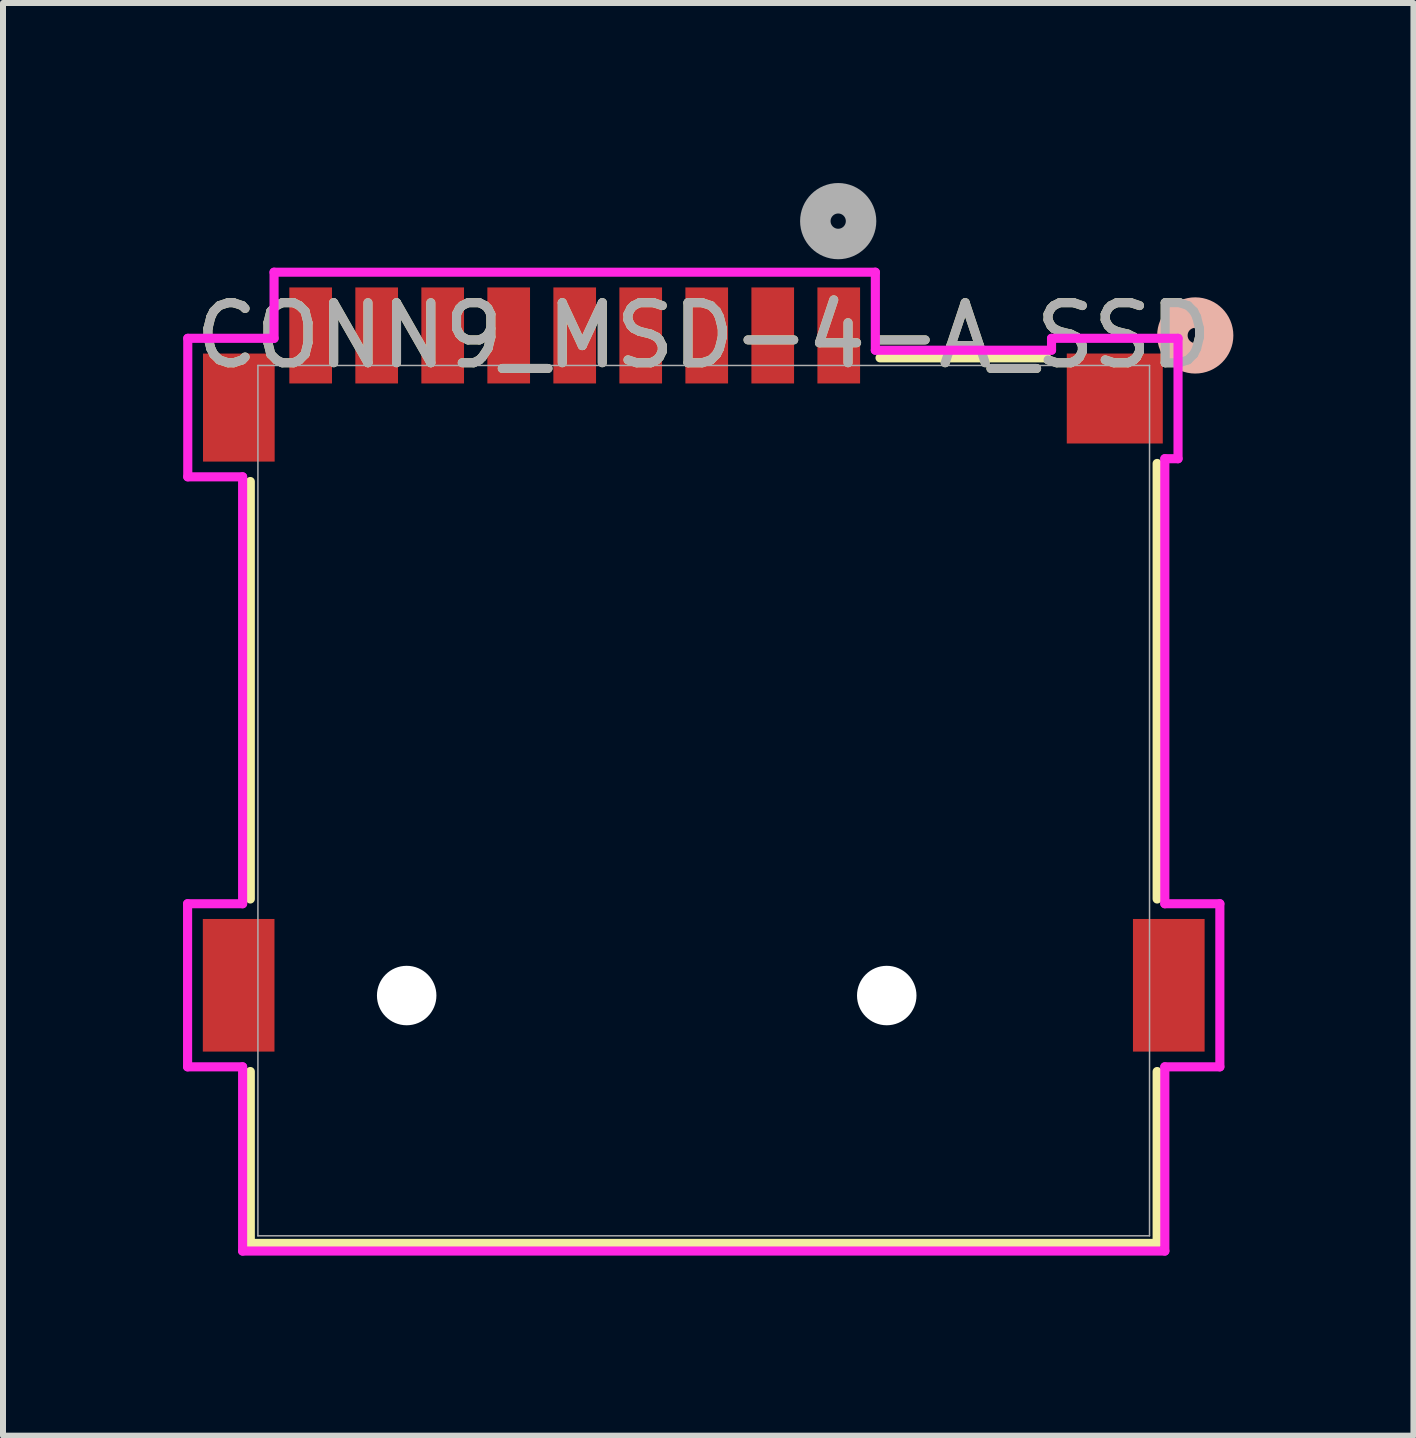
<source format=kicad_pcb>
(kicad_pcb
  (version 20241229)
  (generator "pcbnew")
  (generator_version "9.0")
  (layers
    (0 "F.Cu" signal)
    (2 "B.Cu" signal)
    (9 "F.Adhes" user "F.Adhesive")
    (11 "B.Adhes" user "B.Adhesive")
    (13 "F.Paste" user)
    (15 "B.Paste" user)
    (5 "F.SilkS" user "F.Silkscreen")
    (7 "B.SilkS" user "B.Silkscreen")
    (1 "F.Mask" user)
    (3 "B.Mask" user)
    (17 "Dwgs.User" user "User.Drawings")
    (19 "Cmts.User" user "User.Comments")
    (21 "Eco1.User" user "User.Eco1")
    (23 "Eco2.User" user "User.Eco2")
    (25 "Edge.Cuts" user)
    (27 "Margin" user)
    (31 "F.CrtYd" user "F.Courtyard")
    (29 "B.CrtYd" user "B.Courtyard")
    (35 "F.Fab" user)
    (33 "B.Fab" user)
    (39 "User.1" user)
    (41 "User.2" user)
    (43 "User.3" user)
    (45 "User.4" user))
  (footprint "CONN9_MSD-4-A_SSD"
    (layer "F.Cu")
    (at 8.677 10.292)
    (property "Reference" "CONN9_MSD-4-A_SSD" (at 0 -7.752 0) (unlocked yes) (layer "F.SilkS") (effects (font (size 1 1) (thickness 0.15))))
    (attr smd)
    (fp_line (start -7.556 1.639) (end -7.556 -5.318) (stroke (width 0.152) (type solid)) (layer "F.SilkS"))
    (fp_line (start -7.556 7.379) (end -7.556 4.514) (stroke (width 0.152) (type solid)) (layer "F.SilkS"))
    (fp_line (start 2.938 -7.379) (end 5.717 -7.379) (stroke (width 0.152) (type solid)) (layer "F.SilkS"))
    (fp_line (start 7.556 -5.619) (end 7.556 1.639) (stroke (width 0.152) (type solid)) (layer "F.SilkS"))
    (fp_line (start 7.556 4.514) (end 7.556 7.379) (stroke (width 0.152) (type solid)) (layer "F.SilkS"))
    (fp_line (start 7.556 7.379) (end -7.556 7.379) (stroke (width 0.152) (type solid)) (layer "F.SilkS"))
    (fp_circle (center 8.191 -7.752) (end 8.572 -7.752) (stroke (width 0.508) (type solid)) (fill no) (layer "B.SilkS"))
    (fp_line (start -8.601 1.718) (end -8.601 4.436) (stroke (width 0.152) (type solid)) (layer "F.CrtYd"))
    (fp_line (start -8.601 4.436) (end -7.684 4.436) (stroke (width 0.152) (type solid)) (layer "F.CrtYd"))
    (fp_line (start -8.598 -7.704) (end -8.598 -5.396) (stroke (width 0.152) (type solid)) (layer "F.CrtYd"))
    (fp_line (start -8.598 -5.396) (end -7.684 -5.396) (stroke (width 0.152) (type solid)) (layer "F.CrtYd"))
    (fp_line (start -7.684 -5.396) (end -7.684 1.718) (stroke (width 0.152) (type solid)) (layer "F.CrtYd"))
    (fp_line (start -7.684 1.718) (end -8.601 1.718) (stroke (width 0.152) (type solid)) (layer "F.CrtYd"))
    (fp_line (start -7.684 4.436) (end -7.684 7.506) (stroke (width 0.152) (type solid)) (layer "F.CrtYd"))
    (fp_line (start -7.684 7.506) (end 7.684 7.506) (stroke (width 0.152) (type solid)) (layer "F.CrtYd"))
    (fp_line (start -7.16 -8.806) (end -7.16 -7.704) (stroke (width 0.152) (type solid)) (layer "F.CrtYd"))
    (fp_line (start -7.16 -7.704) (end -8.598 -7.704) (stroke (width 0.152) (type solid)) (layer "F.CrtYd"))
    (fp_line (start 2.86 -8.806) (end -7.16 -8.806) (stroke (width 0.152) (type solid)) (layer "F.CrtYd"))
    (fp_line (start 2.86 -7.506) (end 2.86 -8.806) (stroke (width 0.152) (type solid)) (layer "F.CrtYd"))
    (fp_line (start 5.796 -7.704) (end 5.796 -7.506) (stroke (width 0.152) (type solid)) (layer "F.CrtYd"))
    (fp_line (start 5.796 -7.506) (end 2.86 -7.506) (stroke (width 0.152) (type solid)) (layer "F.CrtYd"))
    (fp_line (start 7.684 -5.698) (end 7.904 -5.698) (stroke (width 0.152) (type solid)) (layer "F.CrtYd"))
    (fp_line (start 7.684 1.718) (end 7.684 -5.698) (stroke (width 0.152) (type solid)) (layer "F.CrtYd"))
    (fp_line (start 7.684 4.436) (end 8.601 4.436) (stroke (width 0.152) (type solid)) (layer "F.CrtYd"))
    (fp_line (start 7.684 7.506) (end 7.684 4.436) (stroke (width 0.152) (type solid)) (layer "F.CrtYd"))
    (fp_line (start 7.904 -7.704) (end 5.796 -7.704) (stroke (width 0.152) (type solid)) (layer "F.CrtYd"))
    (fp_line (start 7.904 -5.698) (end 7.904 -7.704) (stroke (width 0.152) (type solid)) (layer "F.CrtYd"))
    (fp_line (start 8.601 1.718) (end 7.684 1.718) (stroke (width 0.152) (type solid)) (layer "F.CrtYd"))
    (fp_line (start 8.601 4.436) (end 8.601 1.718) (stroke (width 0.152) (type solid)) (layer "F.CrtYd"))
    (fp_line (start -7.429 -7.252) (end -7.429 7.252) (stroke (width 0.025) (type solid)) (layer "F.Fab"))
    (fp_line (start -7.429 7.252) (end 7.429 7.252) (stroke (width 0.025) (type solid)) (layer "F.Fab"))
    (fp_line (start 7.429 -7.252) (end -7.429 -7.252) (stroke (width 0.025) (type solid)) (layer "F.Fab"))
    (fp_line (start 7.429 7.252) (end 7.429 -7.252) (stroke (width 0.025) (type solid)) (layer "F.Fab"))
    (fp_circle (center 2.241 -9.657) (end 2.622 -9.657) (stroke (width 0.508) (type solid)) (fill no) (layer "F.Fab"))
    (fp_text user "${REFERENCE}" (at 0 -7.752 0) (unlocked yes) (layer "F.Fab") (effects (font (size 1 1) (thickness 0.15))))
    (pad "" np_thru_hole circle (at -4.95 3.248) (size 0.991 0.991) (drill 0.991) (layers "*.Cu" "*.Mask"))
    (pad "" np_thru_hole circle (at 3.05 3.248) (size 0.991 0.991) (drill 0.991) (layers "*.Cu" "*.Mask"))
    (pad "1" smd rect (at 2.25 -7.752) (size 0.711 1.6) (layers "F.Cu" "F.Mask" "F.Paste"))
    (pad "2" smd rect (at 1.15 -7.752) (size 0.711 1.6) (layers "F.Cu" "F.Mask" "F.Paste"))
    (pad "3" smd rect (at 0.05 -7.752) (size 0.711 1.6) (layers "F.Cu" "F.Mask" "F.Paste"))
    (pad "4" smd rect (at -1.05 -7.752) (size 0.711 1.6) (layers "F.Cu" "F.Mask" "F.Paste"))
    (pad "5" smd rect (at -2.15 -7.752) (size 0.711 1.6) (layers "F.Cu" "F.Mask" "F.Paste"))
    (pad "6" smd rect (at -3.25 -7.752) (size 0.711 1.6) (layers "F.Cu" "F.Mask" "F.Paste"))
    (pad "7" smd rect (at -4.35 -7.752) (size 0.711 1.6) (layers "F.Cu" "F.Mask" "F.Paste"))
    (pad "8" smd rect (at -5.45 -7.752) (size 0.711 1.6) (layers "F.Cu" "F.Mask" "F.Paste"))
    (pad "10" smd rect (at -7.75 3.077) (size 1.194 2.21) (layers "F.Cu" "F.Mask" "F.Paste"))
    (pad "11" smd rect (at 7.75 3.077) (size 1.194 2.21) (layers "F.Cu" "F.Mask" "F.Paste"))
    (pad "12" smd rect (at -7.747 -6.55) (size 1.194 1.8) (layers "F.Cu" "F.Mask" "F.Paste"))
    (pad "13" smd rect (at 6.85 -6.701) (size 1.6 1.499) (layers "F.Cu" "F.Mask" "F.Paste"))
    (pad "CD" smd rect (at -6.55 -7.752) (size 0.711 1.6) (layers "F.Cu" "F.Mask" "F.Paste")))
  (gr_rect
    (start -3 -3)
    (end 20.504 20.874)
    (stroke (width 0.1) (type default))
    (fill no)
    (layer "Edge.Cuts")))
</source>
